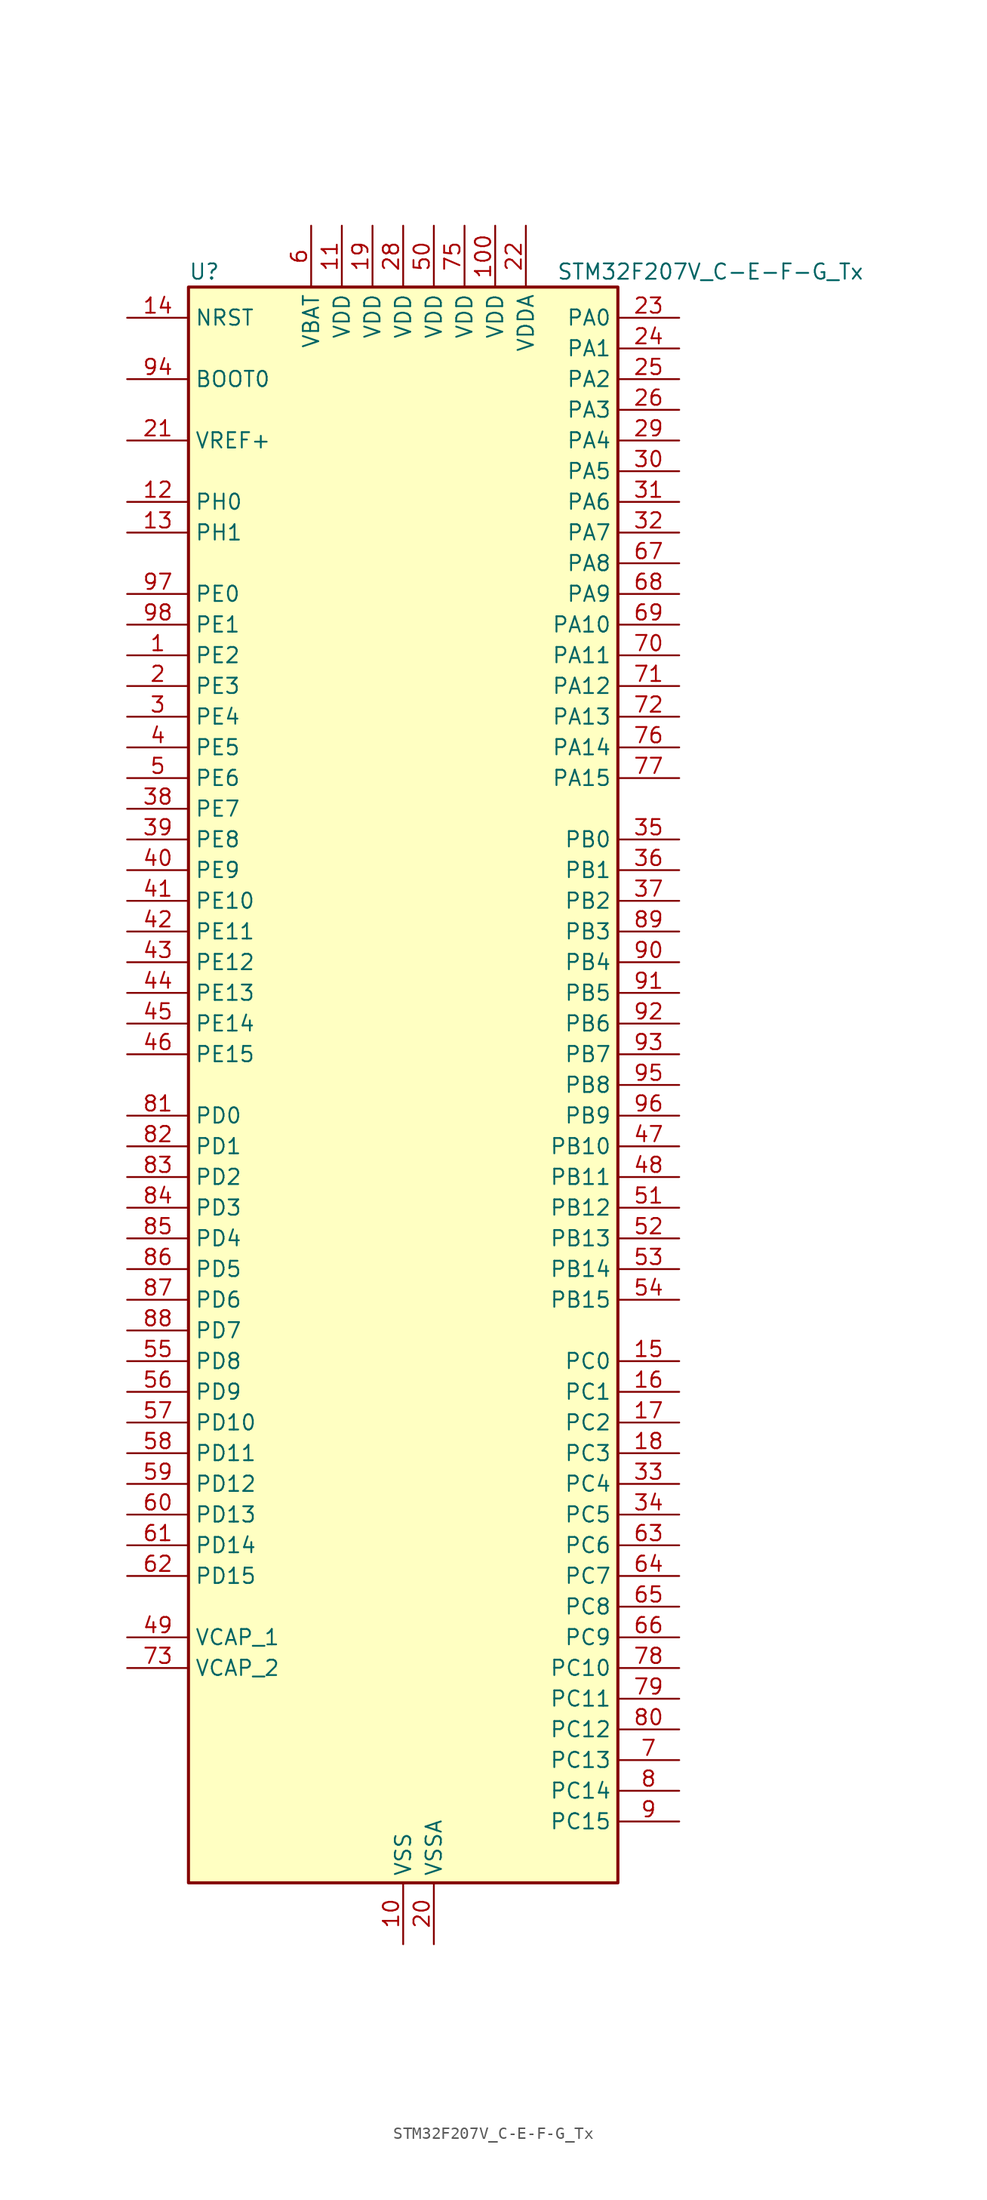
<source format=kicad_sym>
(kicad_symbol_lib
  (version 20220914)
  (generator kicad_symbol_editor)
  (symbol "STM32F207V_C-E-F-G_Tx"
    (property "Reference" "U"
      (at -17.78 67.31 0)
      (effects (font (size 1.27 1.27)) (justify left)))
    (property "Value" "STM32F207V_C-E-F-G_Tx"
      (at 12.7 67.31 0)
      (effects (font (size 1.27 1.27)) (justify left)))
    (property "ki_locked" ""
      (at 0 0 0)
      (effects (font (size 1.27 1.27))))
    (symbol "STM32F207V_C-E-F-G_Tx_0_1"
      (rectangle (start -17.78 -66.04) (end 17.78 66.04) (stroke (width 0.254) (type default)) (fill (type background))))
    (symbol "STM32F207V_C-E-F-G_Tx_1_1"
      (pin bidirectional line (at -22.86 35.56 0) (length 5.08) (name "PE2" (effects (font (size 1.27 1.27)))) (number "1" (effects (font (size 1.27 1.27)))) (alternate "ETH_TXD3" bidirectional line) (alternate "FSMC_A23" bidirectional line) (alternate "SYS_TRACECLK" bidirectional line))
      (pin power_in line (at 0 -71.12 90) (length 5.08) (name "VSS" (effects (font (size 1.27 1.27)))) (number "10" (effects (font (size 1.27 1.27)))))
      (pin power_in line (at 7.62 71.12 270) (length 5.08) (name "VDD" (effects (font (size 1.27 1.27)))) (number "100" (effects (font (size 1.27 1.27)))))
      (pin power_in line (at -5.08 71.12 270) (length 5.08) (name "VDD" (effects (font (size 1.27 1.27)))) (number "11" (effects (font (size 1.27 1.27)))))
      (pin bidirectional line (at -22.86 48.26 0) (length 5.08) (name "PH0" (effects (font (size 1.27 1.27)))) (number "12" (effects (font (size 1.27 1.27)))) (alternate "RCC_OSC_IN" bidirectional line))
      (pin bidirectional line (at -22.86 45.72 0) (length 5.08) (name "PH1" (effects (font (size 1.27 1.27)))) (number "13" (effects (font (size 1.27 1.27)))) (alternate "RCC_OSC_OUT" bidirectional line))
      (pin input line (at -22.86 63.5 0) (length 5.08) (name "NRST" (effects (font (size 1.27 1.27)))) (number "14" (effects (font (size 1.27 1.27)))))
      (pin bidirectional line (at 22.86 -22.86 180) (length 5.08) (name "PC0" (effects (font (size 1.27 1.27)))) (number "15" (effects (font (size 1.27 1.27)))) (alternate "ADC1_IN10" bidirectional line) (alternate "ADC2_IN10" bidirectional line) (alternate "ADC3_IN10" bidirectional line) (alternate "USB_OTG_HS_ULPI_STP" bidirectional line))
      (pin bidirectional line (at 22.86 -25.4 180) (length 5.08) (name "PC1" (effects (font (size 1.27 1.27)))) (number "16" (effects (font (size 1.27 1.27)))) (alternate "ADC1_IN11" bidirectional line) (alternate "ADC2_IN11" bidirectional line) (alternate "ADC3_IN11" bidirectional line) (alternate "ETH_MDC" bidirectional line))
      (pin bidirectional line (at 22.86 -27.94 180) (length 5.08) (name "PC2" (effects (font (size 1.27 1.27)))) (number "17" (effects (font (size 1.27 1.27)))) (alternate "ADC1_IN12" bidirectional line) (alternate "ADC2_IN12" bidirectional line) (alternate "ADC3_IN12" bidirectional line) (alternate "ETH_TXD2" bidirectional line) (alternate "SPI2_MISO" bidirectional line) (alternate "USB_OTG_HS_ULPI_DIR" bidirectional line))
      (pin bidirectional line (at 22.86 -30.48 180) (length 5.08) (name "PC3" (effects (font (size 1.27 1.27)))) (number "18" (effects (font (size 1.27 1.27)))) (alternate "ADC1_IN13" bidirectional line) (alternate "ADC2_IN13" bidirectional line) (alternate "ADC3_IN13" bidirectional line) (alternate "ETH_TX_CLK" bidirectional line) (alternate "I2S2_SD" bidirectional line) (alternate "SPI2_MOSI" bidirectional line) (alternate "USB_OTG_HS_ULPI_NXT" bidirectional line))
      (pin power_in line (at -2.54 71.12 270) (length 5.08) (name "VDD" (effects (font (size 1.27 1.27)))) (number "19" (effects (font (size 1.27 1.27)))))
      (pin bidirectional line (at -22.86 33.02 0) (length 5.08) (name "PE3" (effects (font (size 1.27 1.27)))) (number "2" (effects (font (size 1.27 1.27)))) (alternate "FSMC_A19" bidirectional line) (alternate "SYS_TRACED0" bidirectional line))
      (pin power_in line (at 2.54 -71.12 90) (length 5.08) (name "VSSA" (effects (font (size 1.27 1.27)))) (number "20" (effects (font (size 1.27 1.27)))))
      (pin input line (at -22.86 53.34 0) (length 5.08) (name "VREF+" (effects (font (size 1.27 1.27)))) (number "21" (effects (font (size 1.27 1.27)))))
      (pin power_in line (at 10.16 71.12 270) (length 5.08) (name "VDDA" (effects (font (size 1.27 1.27)))) (number "22" (effects (font (size 1.27 1.27)))))
      (pin bidirectional line (at 22.86 63.5 180) (length 5.08) (name "PA0" (effects (font (size 1.27 1.27)))) (number "23" (effects (font (size 1.27 1.27)))) (alternate "ADC1_IN0" bidirectional line) (alternate "ADC2_IN0" bidirectional line) (alternate "ADC3_IN0" bidirectional line) (alternate "ETH_CRS" bidirectional line) (alternate "SYS_WKUP" bidirectional line) (alternate "TIM2_CH1" bidirectional line) (alternate "TIM2_ETR" bidirectional line) (alternate "TIM5_CH1" bidirectional line) (alternate "TIM8_ETR" bidirectional line) (alternate "UART4_TX" bidirectional line) (alternate "USART2_CTS" bidirectional line))
      (pin bidirectional line (at 22.86 60.96 180) (length 5.08) (name "PA1" (effects (font (size 1.27 1.27)))) (number "24" (effects (font (size 1.27 1.27)))) (alternate "ADC1_IN1" bidirectional line) (alternate "ADC2_IN1" bidirectional line) (alternate "ADC3_IN1" bidirectional line) (alternate "ETH_REF_CLK" bidirectional line) (alternate "ETH_RX_CLK" bidirectional line) (alternate "TIM2_CH2" bidirectional line) (alternate "TIM5_CH2" bidirectional line) (alternate "UART4_RX" bidirectional line) (alternate "USART2_RTS" bidirectional line))
      (pin bidirectional line (at 22.86 58.42 180) (length 5.08) (name "PA2" (effects (font (size 1.27 1.27)))) (number "25" (effects (font (size 1.27 1.27)))) (alternate "ADC1_IN2" bidirectional line) (alternate "ADC2_IN2" bidirectional line) (alternate "ADC3_IN2" bidirectional line) (alternate "ETH_MDIO" bidirectional line) (alternate "TIM2_CH3" bidirectional line) (alternate "TIM5_CH3" bidirectional line) (alternate "TIM9_CH1" bidirectional line) (alternate "USART2_TX" bidirectional line))
      (pin bidirectional line (at 22.86 55.88 180) (length 5.08) (name "PA3" (effects (font (size 1.27 1.27)))) (number "26" (effects (font (size 1.27 1.27)))) (alternate "ADC1_IN3" bidirectional line) (alternate "ADC2_IN3" bidirectional line) (alternate "ADC3_IN3" bidirectional line) (alternate "ETH_COL" bidirectional line) (alternate "TIM2_CH4" bidirectional line) (alternate "TIM5_CH4" bidirectional line) (alternate "TIM9_CH2" bidirectional line) (alternate "USART2_RX" bidirectional line) (alternate "USB_OTG_HS_ULPI_D0" bidirectional line))
      (pin passive line (at 0 -71.12 90) (length 5.08) hide (name "VSS" (effects (font (size 1.27 1.27)))) (number "27" (effects (font (size 1.27 1.27)))))
      (pin power_in line (at 0 71.12 270) (length 5.08) (name "VDD" (effects (font (size 1.27 1.27)))) (number "28" (effects (font (size 1.27 1.27)))))
      (pin bidirectional line (at 22.86 53.34 180) (length 5.08) (name "PA4" (effects (font (size 1.27 1.27)))) (number "29" (effects (font (size 1.27 1.27)))) (alternate "ADC1_IN4" bidirectional line) (alternate "ADC2_IN4" bidirectional line) (alternate "DAC_OUT1" bidirectional line) (alternate "DCMI_HSYNC" bidirectional line) (alternate "I2S3_WS" bidirectional line) (alternate "SPI1_NSS" bidirectional line) (alternate "SPI3_NSS" bidirectional line) (alternate "USART2_CK" bidirectional line) (alternate "USB_OTG_HS_SOF" bidirectional line))
      (pin bidirectional line (at -22.86 30.48 0) (length 5.08) (name "PE4" (effects (font (size 1.27 1.27)))) (number "3" (effects (font (size 1.27 1.27)))) (alternate "DCMI_D4" bidirectional line) (alternate "FSMC_A20" bidirectional line) (alternate "SYS_TRACED1" bidirectional line))
      (pin bidirectional line (at 22.86 50.8 180) (length 5.08) (name "PA5" (effects (font (size 1.27 1.27)))) (number "30" (effects (font (size 1.27 1.27)))) (alternate "ADC1_IN5" bidirectional line) (alternate "ADC2_IN5" bidirectional line) (alternate "DAC_OUT2" bidirectional line) (alternate "SPI1_SCK" bidirectional line) (alternate "TIM2_CH1" bidirectional line) (alternate "TIM2_ETR" bidirectional line) (alternate "TIM8_CH1N" bidirectional line) (alternate "USB_OTG_HS_ULPI_CK" bidirectional line))
      (pin bidirectional line (at 22.86 48.26 180) (length 5.08) (name "PA6" (effects (font (size 1.27 1.27)))) (number "31" (effects (font (size 1.27 1.27)))) (alternate "ADC1_IN6" bidirectional line) (alternate "ADC2_IN6" bidirectional line) (alternate "DCMI_PIXCLK" bidirectional line) (alternate "SPI1_MISO" bidirectional line) (alternate "TIM13_CH1" bidirectional line) (alternate "TIM1_BKIN" bidirectional line) (alternate "TIM3_CH1" bidirectional line) (alternate "TIM8_BKIN" bidirectional line))
      (pin bidirectional line (at 22.86 45.72 180) (length 5.08) (name "PA7" (effects (font (size 1.27 1.27)))) (number "32" (effects (font (size 1.27 1.27)))) (alternate "ADC1_IN7" bidirectional line) (alternate "ADC2_IN7" bidirectional line) (alternate "ETH_CRS_DV" bidirectional line) (alternate "ETH_RX_DV" bidirectional line) (alternate "SPI1_MOSI" bidirectional line) (alternate "TIM14_CH1" bidirectional line) (alternate "TIM1_CH1N" bidirectional line) (alternate "TIM3_CH2" bidirectional line) (alternate "TIM8_CH1N" bidirectional line))
      (pin bidirectional line (at 22.86 -33.02 180) (length 5.08) (name "PC4" (effects (font (size 1.27 1.27)))) (number "33" (effects (font (size 1.27 1.27)))) (alternate "ADC1_IN14" bidirectional line) (alternate "ADC2_IN14" bidirectional line) (alternate "ETH_RXD0" bidirectional line))
      (pin bidirectional line (at 22.86 -35.56 180) (length 5.08) (name "PC5" (effects (font (size 1.27 1.27)))) (number "34" (effects (font (size 1.27 1.27)))) (alternate "ADC1_IN15" bidirectional line) (alternate "ADC2_IN15" bidirectional line) (alternate "ETH_RXD1" bidirectional line))
      (pin bidirectional line (at 22.86 20.32 180) (length 5.08) (name "PB0" (effects (font (size 1.27 1.27)))) (number "35" (effects (font (size 1.27 1.27)))) (alternate "ADC1_IN8" bidirectional line) (alternate "ADC2_IN8" bidirectional line) (alternate "ETH_RXD2" bidirectional line) (alternate "TIM1_CH2N" bidirectional line) (alternate "TIM3_CH3" bidirectional line) (alternate "TIM8_CH2N" bidirectional line) (alternate "USB_OTG_HS_ULPI_D1" bidirectional line))
      (pin bidirectional line (at 22.86 17.78 180) (length 5.08) (name "PB1" (effects (font (size 1.27 1.27)))) (number "36" (effects (font (size 1.27 1.27)))) (alternate "ADC1_IN9" bidirectional line) (alternate "ADC2_IN9" bidirectional line) (alternate "ETH_RXD3" bidirectional line) (alternate "TIM1_CH3N" bidirectional line) (alternate "TIM3_CH4" bidirectional line) (alternate "TIM8_CH3N" bidirectional line) (alternate "USB_OTG_HS_ULPI_D2" bidirectional line))
      (pin bidirectional line (at 22.86 15.24 180) (length 5.08) (name "PB2" (effects (font (size 1.27 1.27)))) (number "37" (effects (font (size 1.27 1.27)))))
      (pin bidirectional line (at -22.86 22.86 0) (length 5.08) (name "PE7" (effects (font (size 1.27 1.27)))) (number "38" (effects (font (size 1.27 1.27)))) (alternate "FSMC_D4" bidirectional line) (alternate "FSMC_DA4" bidirectional line) (alternate "TIM1_ETR" bidirectional line))
      (pin bidirectional line (at -22.86 20.32 0) (length 5.08) (name "PE8" (effects (font (size 1.27 1.27)))) (number "39" (effects (font (size 1.27 1.27)))) (alternate "FSMC_D5" bidirectional line) (alternate "FSMC_DA5" bidirectional line) (alternate "TIM1_CH1N" bidirectional line))
      (pin bidirectional line (at -22.86 27.94 0) (length 5.08) (name "PE5" (effects (font (size 1.27 1.27)))) (number "4" (effects (font (size 1.27 1.27)))) (alternate "DCMI_D6" bidirectional line) (alternate "FSMC_A21" bidirectional line) (alternate "SYS_TRACED2" bidirectional line) (alternate "TIM9_CH1" bidirectional line))
      (pin bidirectional line (at -22.86 17.78 0) (length 5.08) (name "PE9" (effects (font (size 1.27 1.27)))) (number "40" (effects (font (size 1.27 1.27)))) (alternate "DAC_EXTI9" bidirectional line) (alternate "FSMC_D6" bidirectional line) (alternate "FSMC_DA6" bidirectional line) (alternate "TIM1_CH1" bidirectional line))
      (pin bidirectional line (at -22.86 15.24 0) (length 5.08) (name "PE10" (effects (font (size 1.27 1.27)))) (number "41" (effects (font (size 1.27 1.27)))) (alternate "FSMC_D7" bidirectional line) (alternate "FSMC_DA7" bidirectional line) (alternate "TIM1_CH2N" bidirectional line))
      (pin bidirectional line (at -22.86 12.7 0) (length 5.08) (name "PE11" (effects (font (size 1.27 1.27)))) (number "42" (effects (font (size 1.27 1.27)))) (alternate "ADC1_EXTI11" bidirectional line) (alternate "ADC2_EXTI11" bidirectional line) (alternate "ADC3_EXTI11" bidirectional line) (alternate "FSMC_D8" bidirectional line) (alternate "FSMC_DA8" bidirectional line) (alternate "TIM1_CH2" bidirectional line))
      (pin bidirectional line (at -22.86 10.16 0) (length 5.08) (name "PE12" (effects (font (size 1.27 1.27)))) (number "43" (effects (font (size 1.27 1.27)))) (alternate "FSMC_D9" bidirectional line) (alternate "FSMC_DA9" bidirectional line) (alternate "TIM1_CH3N" bidirectional line))
      (pin bidirectional line (at -22.86 7.62 0) (length 5.08) (name "PE13" (effects (font (size 1.27 1.27)))) (number "44" (effects (font (size 1.27 1.27)))) (alternate "FSMC_D10" bidirectional line) (alternate "FSMC_DA10" bidirectional line) (alternate "TIM1_CH3" bidirectional line))
      (pin bidirectional line (at -22.86 5.08 0) (length 5.08) (name "PE14" (effects (font (size 1.27 1.27)))) (number "45" (effects (font (size 1.27 1.27)))) (alternate "FSMC_D11" bidirectional line) (alternate "FSMC_DA11" bidirectional line) (alternate "TIM1_CH4" bidirectional line))
      (pin bidirectional line (at -22.86 2.54 0) (length 5.08) (name "PE15" (effects (font (size 1.27 1.27)))) (number "46" (effects (font (size 1.27 1.27)))) (alternate "ADC1_EXTI15" bidirectional line) (alternate "ADC2_EXTI15" bidirectional line) (alternate "ADC3_EXTI15" bidirectional line) (alternate "FSMC_D12" bidirectional line) (alternate "FSMC_DA12" bidirectional line) (alternate "TIM1_BKIN" bidirectional line))
      (pin bidirectional line (at 22.86 -5.08 180) (length 5.08) (name "PB10" (effects (font (size 1.27 1.27)))) (number "47" (effects (font (size 1.27 1.27)))) (alternate "ETH_RX_ER" bidirectional line) (alternate "I2C2_SCL" bidirectional line) (alternate "I2S2_SCK" bidirectional line) (alternate "SPI2_SCK" bidirectional line) (alternate "TIM2_CH3" bidirectional line) (alternate "USART3_TX" bidirectional line) (alternate "USB_OTG_HS_ULPI_D3" bidirectional line))
      (pin bidirectional line (at 22.86 -7.62 180) (length 5.08) (name "PB11" (effects (font (size 1.27 1.27)))) (number "48" (effects (font (size 1.27 1.27)))) (alternate "ADC1_EXTI11" bidirectional line) (alternate "ADC2_EXTI11" bidirectional line) (alternate "ADC3_EXTI11" bidirectional line) (alternate "ETH_TX_EN" bidirectional line) (alternate "I2C2_SDA" bidirectional line) (alternate "TIM2_CH4" bidirectional line) (alternate "USART3_RX" bidirectional line) (alternate "USB_OTG_HS_ULPI_D4" bidirectional line))
      (pin power_out line (at -22.86 -45.72 0) (length 5.08) (name "VCAP_1" (effects (font (size 1.27 1.27)))) (number "49" (effects (font (size 1.27 1.27)))))
      (pin bidirectional line (at -22.86 25.4 0) (length 5.08) (name "PE6" (effects (font (size 1.27 1.27)))) (number "5" (effects (font (size 1.27 1.27)))) (alternate "DCMI_D7" bidirectional line) (alternate "FSMC_A22" bidirectional line) (alternate "SYS_TRACED3" bidirectional line) (alternate "TIM9_CH2" bidirectional line))
      (pin power_in line (at 2.54 71.12 270) (length 5.08) (name "VDD" (effects (font (size 1.27 1.27)))) (number "50" (effects (font (size 1.27 1.27)))))
      (pin bidirectional line (at 22.86 -10.16 180) (length 5.08) (name "PB12" (effects (font (size 1.27 1.27)))) (number "51" (effects (font (size 1.27 1.27)))) (alternate "CAN2_RX" bidirectional line) (alternate "ETH_TXD0" bidirectional line) (alternate "I2C2_SMBA" bidirectional line) (alternate "I2S2_WS" bidirectional line) (alternate "SPI2_NSS" bidirectional line) (alternate "TIM1_BKIN" bidirectional line) (alternate "USART3_CK" bidirectional line) (alternate "USB_OTG_HS_ID" bidirectional line) (alternate "USB_OTG_HS_ULPI_D5" bidirectional line))
      (pin bidirectional line (at 22.86 -12.7 180) (length 5.08) (name "PB13" (effects (font (size 1.27 1.27)))) (number "52" (effects (font (size 1.27 1.27)))) (alternate "CAN2_TX" bidirectional line) (alternate "ETH_TXD1" bidirectional line) (alternate "I2S2_SCK" bidirectional line) (alternate "SPI2_SCK" bidirectional line) (alternate "TIM1_CH1N" bidirectional line) (alternate "USART3_CTS" bidirectional line) (alternate "USB_OTG_HS_ULPI_D6" bidirectional line) (alternate "USB_OTG_HS_VBUS" bidirectional line))
      (pin bidirectional line (at 22.86 -15.24 180) (length 5.08) (name "PB14" (effects (font (size 1.27 1.27)))) (number "53" (effects (font (size 1.27 1.27)))) (alternate "SPI2_MISO" bidirectional line) (alternate "TIM12_CH1" bidirectional line) (alternate "TIM1_CH2N" bidirectional line) (alternate "TIM8_CH2N" bidirectional line) (alternate "USART3_RTS" bidirectional line) (alternate "USB_OTG_HS_DM" bidirectional line))
      (pin bidirectional line (at 22.86 -17.78 180) (length 5.08) (name "PB15" (effects (font (size 1.27 1.27)))) (number "54" (effects (font (size 1.27 1.27)))) (alternate "ADC1_EXTI15" bidirectional line) (alternate "ADC2_EXTI15" bidirectional line) (alternate "ADC3_EXTI15" bidirectional line) (alternate "I2S2_SD" bidirectional line) (alternate "RTC_REFIN" bidirectional line) (alternate "SPI2_MOSI" bidirectional line) (alternate "TIM12_CH2" bidirectional line) (alternate "TIM1_CH3N" bidirectional line) (alternate "TIM8_CH3N" bidirectional line) (alternate "USB_OTG_HS_DP" bidirectional line))
      (pin bidirectional line (at -22.86 -22.86 0) (length 5.08) (name "PD8" (effects (font (size 1.27 1.27)))) (number "55" (effects (font (size 1.27 1.27)))) (alternate "FSMC_D13" bidirectional line) (alternate "FSMC_DA13" bidirectional line) (alternate "USART3_TX" bidirectional line))
      (pin bidirectional line (at -22.86 -25.4 0) (length 5.08) (name "PD9" (effects (font (size 1.27 1.27)))) (number "56" (effects (font (size 1.27 1.27)))) (alternate "DAC_EXTI9" bidirectional line) (alternate "FSMC_D14" bidirectional line) (alternate "FSMC_DA14" bidirectional line) (alternate "USART3_RX" bidirectional line))
      (pin bidirectional line (at -22.86 -27.94 0) (length 5.08) (name "PD10" (effects (font (size 1.27 1.27)))) (number "57" (effects (font (size 1.27 1.27)))) (alternate "FSMC_D15" bidirectional line) (alternate "FSMC_DA15" bidirectional line) (alternate "USART3_CK" bidirectional line))
      (pin bidirectional line (at -22.86 -30.48 0) (length 5.08) (name "PD11" (effects (font (size 1.27 1.27)))) (number "58" (effects (font (size 1.27 1.27)))) (alternate "ADC1_EXTI11" bidirectional line) (alternate "ADC2_EXTI11" bidirectional line) (alternate "ADC3_EXTI11" bidirectional line) (alternate "FSMC_A16" bidirectional line) (alternate "FSMC_CLE" bidirectional line) (alternate "USART3_CTS" bidirectional line))
      (pin bidirectional line (at -22.86 -33.02 0) (length 5.08) (name "PD12" (effects (font (size 1.27 1.27)))) (number "59" (effects (font (size 1.27 1.27)))) (alternate "FSMC_A17" bidirectional line) (alternate "FSMC_ALE" bidirectional line) (alternate "TIM4_CH1" bidirectional line) (alternate "USART3_RTS" bidirectional line))
      (pin power_in line (at -7.62 71.12 270) (length 5.08) (name "VBAT" (effects (font (size 1.27 1.27)))) (number "6" (effects (font (size 1.27 1.27)))))
      (pin bidirectional line (at -22.86 -35.56 0) (length 5.08) (name "PD13" (effects (font (size 1.27 1.27)))) (number "60" (effects (font (size 1.27 1.27)))) (alternate "FSMC_A18" bidirectional line) (alternate "TIM4_CH2" bidirectional line))
      (pin bidirectional line (at -22.86 -38.1 0) (length 5.08) (name "PD14" (effects (font (size 1.27 1.27)))) (number "61" (effects (font (size 1.27 1.27)))) (alternate "FSMC_D0" bidirectional line) (alternate "FSMC_DA0" bidirectional line) (alternate "TIM4_CH3" bidirectional line))
      (pin bidirectional line (at -22.86 -40.64 0) (length 5.08) (name "PD15" (effects (font (size 1.27 1.27)))) (number "62" (effects (font (size 1.27 1.27)))) (alternate "ADC1_EXTI15" bidirectional line) (alternate "ADC2_EXTI15" bidirectional line) (alternate "ADC3_EXTI15" bidirectional line) (alternate "FSMC_D1" bidirectional line) (alternate "FSMC_DA1" bidirectional line) (alternate "TIM4_CH4" bidirectional line))
      (pin bidirectional line (at 22.86 -38.1 180) (length 5.08) (name "PC6" (effects (font (size 1.27 1.27)))) (number "63" (effects (font (size 1.27 1.27)))) (alternate "DCMI_D0" bidirectional line) (alternate "I2S2_MCK" bidirectional line) (alternate "SDIO_D6" bidirectional line) (alternate "TIM3_CH1" bidirectional line) (alternate "TIM8_CH1" bidirectional line) (alternate "USART6_TX" bidirectional line))
      (pin bidirectional line (at 22.86 -40.64 180) (length 5.08) (name "PC7" (effects (font (size 1.27 1.27)))) (number "64" (effects (font (size 1.27 1.27)))) (alternate "DCMI_D1" bidirectional line) (alternate "I2S3_MCK" bidirectional line) (alternate "SDIO_D7" bidirectional line) (alternate "TIM3_CH2" bidirectional line) (alternate "TIM8_CH2" bidirectional line) (alternate "USART6_RX" bidirectional line))
      (pin bidirectional line (at 22.86 -43.18 180) (length 5.08) (name "PC8" (effects (font (size 1.27 1.27)))) (number "65" (effects (font (size 1.27 1.27)))) (alternate "DCMI_D2" bidirectional line) (alternate "SDIO_D0" bidirectional line) (alternate "TIM3_CH3" bidirectional line) (alternate "TIM8_CH3" bidirectional line) (alternate "USART6_CK" bidirectional line))
      (pin bidirectional line (at 22.86 -45.72 180) (length 5.08) (name "PC9" (effects (font (size 1.27 1.27)))) (number "66" (effects (font (size 1.27 1.27)))) (alternate "DAC_EXTI9" bidirectional line) (alternate "DCMI_D3" bidirectional line) (alternate "I2C3_SDA" bidirectional line) (alternate "I2S_CKIN" bidirectional line) (alternate "RCC_MCO_2" bidirectional line) (alternate "SDIO_D1" bidirectional line) (alternate "TIM3_CH4" bidirectional line) (alternate "TIM8_CH4" bidirectional line))
      (pin bidirectional line (at 22.86 43.18 180) (length 5.08) (name "PA8" (effects (font (size 1.27 1.27)))) (number "67" (effects (font (size 1.27 1.27)))) (alternate "I2C3_SCL" bidirectional line) (alternate "RCC_MCO_1" bidirectional line) (alternate "TIM1_CH1" bidirectional line) (alternate "USART1_CK" bidirectional line) (alternate "USB_OTG_FS_SOF" bidirectional line))
      (pin bidirectional line (at 22.86 40.64 180) (length 5.08) (name "PA9" (effects (font (size 1.27 1.27)))) (number "68" (effects (font (size 1.27 1.27)))) (alternate "DAC_EXTI9" bidirectional line) (alternate "DCMI_D0" bidirectional line) (alternate "I2C3_SMBA" bidirectional line) (alternate "TIM1_CH2" bidirectional line) (alternate "USART1_TX" bidirectional line) (alternate "USB_OTG_FS_VBUS" bidirectional line))
      (pin bidirectional line (at 22.86 38.1 180) (length 5.08) (name "PA10" (effects (font (size 1.27 1.27)))) (number "69" (effects (font (size 1.27 1.27)))) (alternate "DCMI_D1" bidirectional line) (alternate "TIM1_CH3" bidirectional line) (alternate "USART1_RX" bidirectional line) (alternate "USB_OTG_FS_ID" bidirectional line))
      (pin bidirectional line (at 22.86 -55.88 180) (length 5.08) (name "PC13" (effects (font (size 1.27 1.27)))) (number "7" (effects (font (size 1.27 1.27)))) (alternate "RTC_AF1" bidirectional line))
      (pin bidirectional line (at 22.86 35.56 180) (length 5.08) (name "PA11" (effects (font (size 1.27 1.27)))) (number "70" (effects (font (size 1.27 1.27)))) (alternate "ADC1_EXTI11" bidirectional line) (alternate "ADC2_EXTI11" bidirectional line) (alternate "ADC3_EXTI11" bidirectional line) (alternate "CAN1_RX" bidirectional line) (alternate "TIM1_CH4" bidirectional line) (alternate "USART1_CTS" bidirectional line) (alternate "USB_OTG_FS_DM" bidirectional line))
      (pin bidirectional line (at 22.86 33.02 180) (length 5.08) (name "PA12" (effects (font (size 1.27 1.27)))) (number "71" (effects (font (size 1.27 1.27)))) (alternate "CAN1_TX" bidirectional line) (alternate "TIM1_ETR" bidirectional line) (alternate "USART1_RTS" bidirectional line) (alternate "USB_OTG_FS_DP" bidirectional line))
      (pin bidirectional line (at 22.86 30.48 180) (length 5.08) (name "PA13" (effects (font (size 1.27 1.27)))) (number "72" (effects (font (size 1.27 1.27)))) (alternate "SYS_JTMS-SWDIO" bidirectional line))
      (pin power_out line (at -22.86 -48.26 0) (length 5.08) (name "VCAP_2" (effects (font (size 1.27 1.27)))) (number "73" (effects (font (size 1.27 1.27)))))
      (pin passive line (at 0 -71.12 90) (length 5.08) hide (name "VSS" (effects (font (size 1.27 1.27)))) (number "74" (effects (font (size 1.27 1.27)))))
      (pin power_in line (at 5.08 71.12 270) (length 5.08) (name "VDD" (effects (font (size 1.27 1.27)))) (number "75" (effects (font (size 1.27 1.27)))))
      (pin bidirectional line (at 22.86 27.94 180) (length 5.08) (name "PA14" (effects (font (size 1.27 1.27)))) (number "76" (effects (font (size 1.27 1.27)))) (alternate "SYS_JTCK-SWCLK" bidirectional line))
      (pin bidirectional line (at 22.86 25.4 180) (length 5.08) (name "PA15" (effects (font (size 1.27 1.27)))) (number "77" (effects (font (size 1.27 1.27)))) (alternate "ADC1_EXTI15" bidirectional line) (alternate "ADC2_EXTI15" bidirectional line) (alternate "ADC3_EXTI15" bidirectional line) (alternate "I2S3_WS" bidirectional line) (alternate "SPI1_NSS" bidirectional line) (alternate "SPI3_NSS" bidirectional line) (alternate "SYS_JTDI" bidirectional line) (alternate "TIM2_CH1" bidirectional line) (alternate "TIM2_ETR" bidirectional line))
      (pin bidirectional line (at 22.86 -48.26 180) (length 5.08) (name "PC10" (effects (font (size 1.27 1.27)))) (number "78" (effects (font (size 1.27 1.27)))) (alternate "DCMI_D8" bidirectional line) (alternate "I2S3_SCK" bidirectional line) (alternate "SDIO_D2" bidirectional line) (alternate "SPI3_SCK" bidirectional line) (alternate "UART4_TX" bidirectional line) (alternate "USART3_TX" bidirectional line))
      (pin bidirectional line (at 22.86 -50.8 180) (length 5.08) (name "PC11" (effects (font (size 1.27 1.27)))) (number "79" (effects (font (size 1.27 1.27)))) (alternate "ADC1_EXTI11" bidirectional line) (alternate "ADC2_EXTI11" bidirectional line) (alternate "ADC3_EXTI11" bidirectional line) (alternate "DCMI_D4" bidirectional line) (alternate "SDIO_D3" bidirectional line) (alternate "SPI3_MISO" bidirectional line) (alternate "UART4_RX" bidirectional line) (alternate "USART3_RX" bidirectional line))
      (pin bidirectional line (at 22.86 -58.42 180) (length 5.08) (name "PC14" (effects (font (size 1.27 1.27)))) (number "8" (effects (font (size 1.27 1.27)))) (alternate "RCC_OSC32_IN" bidirectional line))
      (pin bidirectional line (at 22.86 -53.34 180) (length 5.08) (name "PC12" (effects (font (size 1.27 1.27)))) (number "80" (effects (font (size 1.27 1.27)))) (alternate "DCMI_D9" bidirectional line) (alternate "I2S3_SD" bidirectional line) (alternate "SDIO_CK" bidirectional line) (alternate "SPI3_MOSI" bidirectional line) (alternate "UART5_TX" bidirectional line) (alternate "USART3_CK" bidirectional line))
      (pin bidirectional line (at -22.86 -2.54 0) (length 5.08) (name "PD0" (effects (font (size 1.27 1.27)))) (number "81" (effects (font (size 1.27 1.27)))) (alternate "CAN1_RX" bidirectional line) (alternate "FSMC_D2" bidirectional line) (alternate "FSMC_DA2" bidirectional line))
      (pin bidirectional line (at -22.86 -5.08 0) (length 5.08) (name "PD1" (effects (font (size 1.27 1.27)))) (number "82" (effects (font (size 1.27 1.27)))) (alternate "CAN1_TX" bidirectional line) (alternate "FSMC_D3" bidirectional line) (alternate "FSMC_DA3" bidirectional line))
      (pin bidirectional line (at -22.86 -7.62 0) (length 5.08) (name "PD2" (effects (font (size 1.27 1.27)))) (number "83" (effects (font (size 1.27 1.27)))) (alternate "DCMI_D11" bidirectional line) (alternate "SDIO_CMD" bidirectional line) (alternate "TIM3_ETR" bidirectional line) (alternate "UART5_RX" bidirectional line))
      (pin bidirectional line (at -22.86 -10.16 0) (length 5.08) (name "PD3" (effects (font (size 1.27 1.27)))) (number "84" (effects (font (size 1.27 1.27)))) (alternate "FSMC_CLK" bidirectional line) (alternate "USART2_CTS" bidirectional line))
      (pin bidirectional line (at -22.86 -12.7 0) (length 5.08) (name "PD4" (effects (font (size 1.27 1.27)))) (number "85" (effects (font (size 1.27 1.27)))) (alternate "FSMC_NOE" bidirectional line) (alternate "USART2_RTS" bidirectional line))
      (pin bidirectional line (at -22.86 -15.24 0) (length 5.08) (name "PD5" (effects (font (size 1.27 1.27)))) (number "86" (effects (font (size 1.27 1.27)))) (alternate "FSMC_NWE" bidirectional line) (alternate "USART2_TX" bidirectional line))
      (pin bidirectional line (at -22.86 -17.78 0) (length 5.08) (name "PD6" (effects (font (size 1.27 1.27)))) (number "87" (effects (font (size 1.27 1.27)))) (alternate "FSMC_NWAIT" bidirectional line) (alternate "USART2_RX" bidirectional line))
      (pin bidirectional line (at -22.86 -20.32 0) (length 5.08) (name "PD7" (effects (font (size 1.27 1.27)))) (number "88" (effects (font (size 1.27 1.27)))) (alternate "FSMC_NCE2" bidirectional line) (alternate "FSMC_NE1" bidirectional line) (alternate "USART2_CK" bidirectional line))
      (pin bidirectional line (at 22.86 12.7 180) (length 5.08) (name "PB3" (effects (font (size 1.27 1.27)))) (number "89" (effects (font (size 1.27 1.27)))) (alternate "I2S3_SCK" bidirectional line) (alternate "SPI1_SCK" bidirectional line) (alternate "SPI3_SCK" bidirectional line) (alternate "SYS_JTDO-SWO" bidirectional line) (alternate "TIM2_CH2" bidirectional line))
      (pin bidirectional line (at 22.86 -60.96 180) (length 5.08) (name "PC15" (effects (font (size 1.27 1.27)))) (number "9" (effects (font (size 1.27 1.27)))) (alternate "ADC1_EXTI15" bidirectional line) (alternate "ADC2_EXTI15" bidirectional line) (alternate "ADC3_EXTI15" bidirectional line) (alternate "RCC_OSC32_OUT" bidirectional line))
      (pin bidirectional line (at 22.86 10.16 180) (length 5.08) (name "PB4" (effects (font (size 1.27 1.27)))) (number "90" (effects (font (size 1.27 1.27)))) (alternate "SPI1_MISO" bidirectional line) (alternate "SPI3_MISO" bidirectional line) (alternate "SYS_JTRST" bidirectional line) (alternate "TIM3_CH1" bidirectional line))
      (pin bidirectional line (at 22.86 7.62 180) (length 5.08) (name "PB5" (effects (font (size 1.27 1.27)))) (number "91" (effects (font (size 1.27 1.27)))) (alternate "CAN2_RX" bidirectional line) (alternate "DCMI_D10" bidirectional line) (alternate "ETH_PPS_OUT" bidirectional line) (alternate "I2C1_SMBA" bidirectional line) (alternate "I2S3_SD" bidirectional line) (alternate "SPI1_MOSI" bidirectional line) (alternate "SPI3_MOSI" bidirectional line) (alternate "TIM3_CH2" bidirectional line) (alternate "USB_OTG_HS_ULPI_D7" bidirectional line))
      (pin bidirectional line (at 22.86 5.08 180) (length 5.08) (name "PB6" (effects (font (size 1.27 1.27)))) (number "92" (effects (font (size 1.27 1.27)))) (alternate "CAN2_TX" bidirectional line) (alternate "DCMI_D5" bidirectional line) (alternate "I2C1_SCL" bidirectional line) (alternate "TIM4_CH1" bidirectional line) (alternate "USART1_TX" bidirectional line))
      (pin bidirectional line (at 22.86 2.54 180) (length 5.08) (name "PB7" (effects (font (size 1.27 1.27)))) (number "93" (effects (font (size 1.27 1.27)))) (alternate "DCMI_VSYNC" bidirectional line) (alternate "FSMC_NL" bidirectional line) (alternate "I2C1_SDA" bidirectional line) (alternate "TIM4_CH2" bidirectional line) (alternate "USART1_RX" bidirectional line))
      (pin input line (at -22.86 58.42 0) (length 5.08) (name "BOOT0" (effects (font (size 1.27 1.27)))) (number "94" (effects (font (size 1.27 1.27)))))
      (pin bidirectional line (at 22.86 0 180) (length 5.08) (name "PB8" (effects (font (size 1.27 1.27)))) (number "95" (effects (font (size 1.27 1.27)))) (alternate "CAN1_RX" bidirectional line) (alternate "DCMI_D6" bidirectional line) (alternate "ETH_TXD3" bidirectional line) (alternate "I2C1_SCL" bidirectional line) (alternate "SDIO_D4" bidirectional line) (alternate "TIM10_CH1" bidirectional line) (alternate "TIM4_CH3" bidirectional line))
      (pin bidirectional line (at 22.86 -2.54 180) (length 5.08) (name "PB9" (effects (font (size 1.27 1.27)))) (number "96" (effects (font (size 1.27 1.27)))) (alternate "CAN1_TX" bidirectional line) (alternate "DAC_EXTI9" bidirectional line) (alternate "DCMI_D7" bidirectional line) (alternate "I2C1_SDA" bidirectional line) (alternate "I2S2_WS" bidirectional line) (alternate "SDIO_D5" bidirectional line) (alternate "SPI2_NSS" bidirectional line) (alternate "TIM11_CH1" bidirectional line) (alternate "TIM4_CH4" bidirectional line))
      (pin bidirectional line (at -22.86 40.64 0) (length 5.08) (name "PE0" (effects (font (size 1.27 1.27)))) (number "97" (effects (font (size 1.27 1.27)))) (alternate "DCMI_D2" bidirectional line) (alternate "FSMC_NBL0" bidirectional line) (alternate "TIM4_ETR" bidirectional line))
      (pin bidirectional line (at -22.86 38.1 0) (length 5.08) (name "PE1" (effects (font (size 1.27 1.27)))) (number "98" (effects (font (size 1.27 1.27)))) (alternate "DCMI_D3" bidirectional line) (alternate "FSMC_NBL1" bidirectional line))
      (pin no_connect line (at -17.78 -66.04 0) (length 5.08) hide (name "RFU" (effects (font (size 1.27 1.27)))) (number "99" (effects (font (size 1.27 1.27))))))))
</source>
